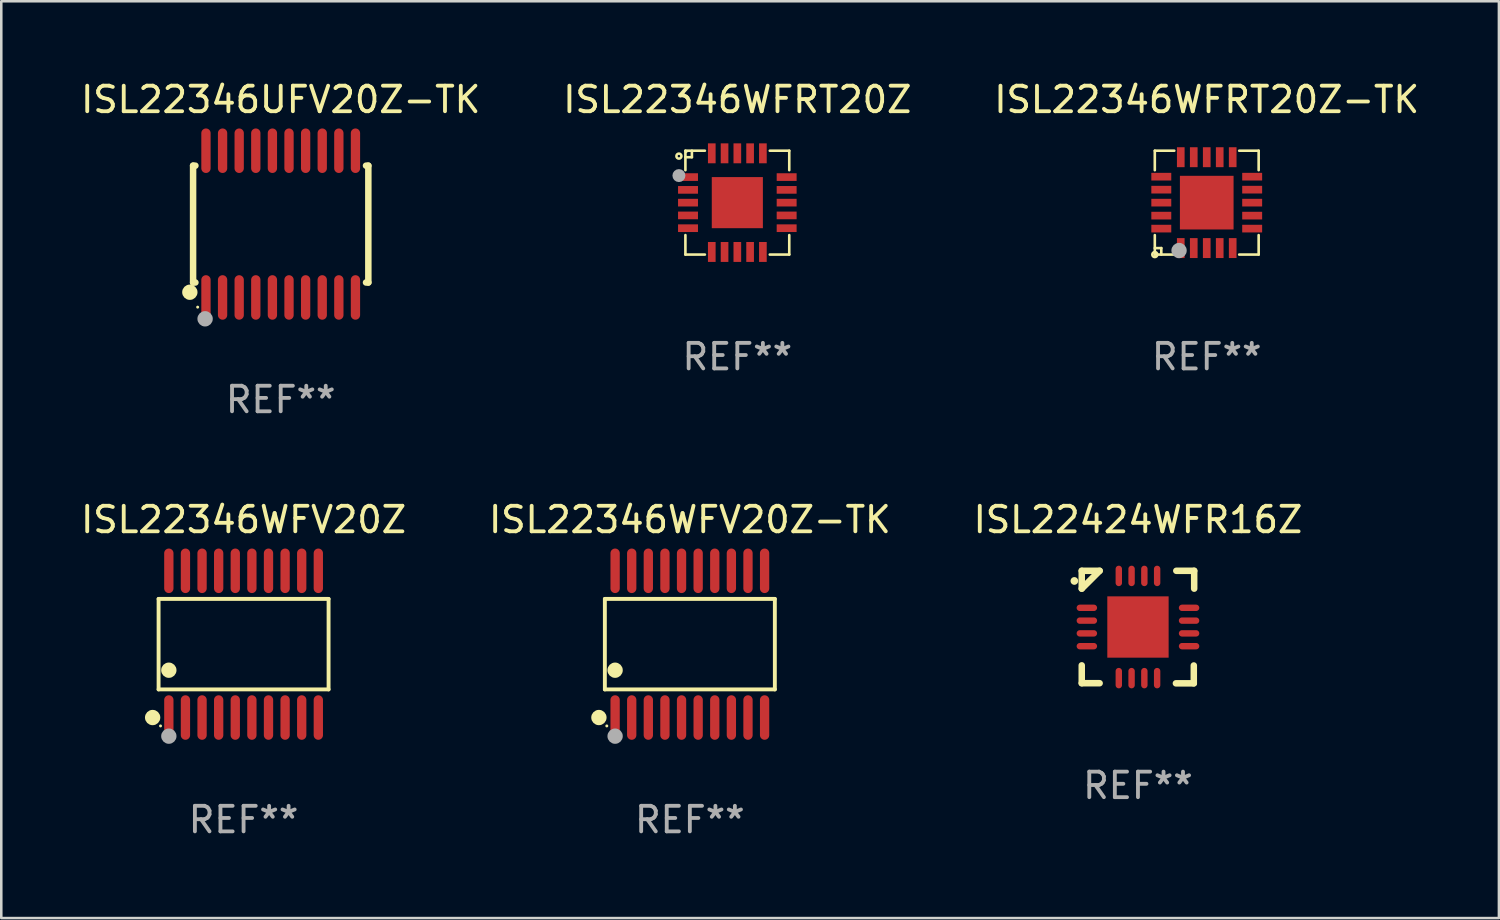
<source format=kicad_pcb>
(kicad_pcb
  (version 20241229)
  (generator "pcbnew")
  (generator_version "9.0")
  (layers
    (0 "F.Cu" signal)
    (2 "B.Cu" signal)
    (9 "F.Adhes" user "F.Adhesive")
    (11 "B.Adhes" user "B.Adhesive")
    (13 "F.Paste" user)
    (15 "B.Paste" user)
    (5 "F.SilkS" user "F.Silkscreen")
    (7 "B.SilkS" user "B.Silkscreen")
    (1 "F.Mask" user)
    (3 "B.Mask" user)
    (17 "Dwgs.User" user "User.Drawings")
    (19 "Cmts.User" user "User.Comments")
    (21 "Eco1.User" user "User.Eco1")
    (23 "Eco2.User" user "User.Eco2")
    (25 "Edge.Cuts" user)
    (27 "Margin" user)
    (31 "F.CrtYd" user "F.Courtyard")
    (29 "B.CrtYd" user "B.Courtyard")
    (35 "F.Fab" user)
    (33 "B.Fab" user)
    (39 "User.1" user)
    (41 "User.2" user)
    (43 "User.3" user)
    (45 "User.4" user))
  (footprint "ISL22346WFRT20Z"
    (layer "F.Cu")
    (at 25.804 4.88)
    (property "Reference" "ISL22346WFRT20Z" (at 0 -4.032 0) (layer "F.SilkS") (effects (font (size 1 1) (thickness 0.15))))
    (attr through_hole)
    (fp_line (start -2.032 -2.032) (end -1.27 -2.032) (stroke (width 0.102) (type solid)) (layer "F.SilkS"))
    (fp_line (start -2.032 -1.27) (end -2.032 -2.032) (stroke (width 0.102) (type solid)) (layer "F.SilkS"))
    (fp_line (start -2.032 1.27) (end -2.032 2.032) (stroke (width 0.102) (type solid)) (layer "F.SilkS"))
    (fp_line (start -2.032 2.032) (end -1.27 2.032) (stroke (width 0.102) (type solid)) (layer "F.SilkS"))
    (fp_line (start -1.778 -2.032) (end -1.778 -1.778) (stroke (width 0.102) (type solid)) (layer "F.SilkS"))
    (fp_line (start -1.778 -1.778) (end -2.032 -1.778) (stroke (width 0.102) (type solid)) (layer "F.SilkS"))
    (fp_line (start 1.27 -2.032) (end 2.032 -2.032) (stroke (width 0.102) (type solid)) (layer "F.SilkS"))
    (fp_line (start 2.032 -2.032) (end 2.032 -1.27) (stroke (width 0.102) (type solid)) (layer "F.SilkS"))
    (fp_line (start 2.032 1.27) (end 2.032 2.032) (stroke (width 0.102) (type solid)) (layer "F.SilkS"))
    (fp_line (start 2.032 2.032) (end 1.27 2.032) (stroke (width 0.102) (type solid)) (layer "F.SilkS"))
    (fp_circle (center -2.286 -1.821) (end -2.187 -1.821) (stroke (width 0.1) (type solid)) (fill no) (layer "F.SilkS"))
    (fp_circle (center -2 -2) (end -1.97 -2) (stroke (width 0.06) (type solid)) (fill no) (layer "F.SilkS"))
    (fp_circle (center -2.286 -1.059) (end -2.159 -1.059) (stroke (width 0.254) (type solid)) (fill no) (layer "F.Fab"))
    (fp_text user "REF**" (at 0 6.032 0) (layer "F.Fab") (effects (font (size 1 1) (thickness 0.15))))
    (pad "1" smd rect (at -1.93 -1) (size 0.78 0.3) (layers "F.Cu" "F.Mask" "F.Paste"))
    (pad "2" smd rect (at -1.93 -0.5) (size 0.78 0.3) (layers "F.Cu" "F.Mask" "F.Paste"))
    (pad "3" smd rect (at -1.93 0.000279) (size 0.78 0.3) (layers "F.Cu" "F.Mask" "F.Paste"))
    (pad "4" smd rect (at -1.93 0.5) (size 0.78 0.3) (layers "F.Cu" "F.Mask" "F.Paste"))
    (pad "5" smd rect (at -1.93 1) (size 0.78 0.3) (layers "F.Cu" "F.Mask" "F.Paste"))
    (pad "6" smd rect (at -1 1.93) (size 0.3 0.78) (layers "F.Cu" "F.Mask" "F.Paste"))
    (pad "7" smd rect (at -0.5 1.93) (size 0.3 0.78) (layers "F.Cu" "F.Mask" "F.Paste"))
    (pad "8" smd rect (at -0.000076 1.93) (size 0.3 0.78) (layers "F.Cu" "F.Mask" "F.Paste"))
    (pad "9" smd rect (at 0.5 1.93) (size 0.3 0.78) (layers "F.Cu" "F.Mask" "F.Paste"))
    (pad "10" smd rect (at 1 1.93) (size 0.3 0.78) (layers "F.Cu" "F.Mask" "F.Paste"))
    (pad "11" smd rect (at 1.93 1) (size 0.78 0.3) (layers "F.Cu" "F.Mask" "F.Paste"))
    (pad "12" smd rect (at 1.93 0.5) (size 0.78 0.3) (layers "F.Cu" "F.Mask" "F.Paste"))
    (pad "13" smd rect (at 1.93 0.000025) (size 0.78 0.3) (layers "F.Cu" "F.Mask" "F.Paste"))
    (pad "14" smd rect (at 1.93 -0.5) (size 0.78 0.3) (layers "F.Cu" "F.Mask" "F.Paste"))
    (pad "15" smd rect (at 1.93 -1) (size 0.78 0.3) (layers "F.Cu" "F.Mask" "F.Paste"))
    (pad "16" smd rect (at 1 -1.93) (size 0.3 0.78) (layers "F.Cu" "F.Mask" "F.Paste"))
    (pad "17" smd rect (at 0.5 -1.93) (size 0.3 0.78) (layers "F.Cu" "F.Mask" "F.Paste"))
    (pad "18" smd rect (at -0.000076 -1.93) (size 0.3 0.78) (layers "F.Cu" "F.Mask" "F.Paste"))
    (pad "19" smd rect (at -0.5 -1.93) (size 0.3 0.78) (layers "F.Cu" "F.Mask" "F.Paste"))
    (pad "20" smd rect (at -1 -1.93) (size 0.3 0.78) (layers "F.Cu" "F.Mask" "F.Paste"))
    (pad "21" smd rect (at -0.000076 0.000025) (size 2 2) (layers "F.Cu" "F.Mask" "F.Paste")))
  (footprint "ISL22424WFR16Z"
    (layer "F.Cu")
    (at 41.482 21.489)
    (property "Reference" "ISL22424WFR16Z" (at 0 -4.202 0) (layer "F.SilkS") (effects (font (size 1 1) (thickness 0.15))))
    (attr through_hole)
    (fp_line (start -2.2 -2.202) (end -1.5 -2.202) (stroke (width 0.254) (type solid)) (layer "F.SilkS"))
    (fp_line (start -2.2 -1.503) (end -2.2 -2.202) (stroke (width 0.254) (type solid)) (layer "F.SilkS"))
    (fp_line (start -2.2 1.498) (end -2.2 2.197) (stroke (width 0.254) (type solid)) (layer "F.SilkS"))
    (fp_line (start -2.2 2.197) (end -1.5 2.197) (stroke (width 0.254) (type solid)) (layer "F.SilkS"))
    (fp_line (start -1.5 -2.202) (end -2.2 -1.503) (stroke (width 0.254) (type solid)) (layer "F.SilkS"))
    (fp_line (start 1.485 2.202) (end 2.185 2.202) (stroke (width 0.254) (type solid)) (layer "F.SilkS"))
    (fp_line (start 2.185 2.202) (end 2.185 1.503) (stroke (width 0.254) (type solid)) (layer "F.SilkS"))
    (fp_line (start 2.2 -2.202) (end 1.5 -2.202) (stroke (width 0.254) (type solid)) (layer "F.SilkS"))
    (fp_line (start 2.2 -1.503) (end 2.2 -2.202) (stroke (width 0.254) (type solid)) (layer "F.SilkS"))
    (fp_arc (start -2.489205 -1.803404) (mid -2.48921 -1.804674) (end -2.489205 -1.805944) (stroke (width 0.3) (type solid)) (layer "F.SilkS"))
    (fp_text user "REF**" (at 0 6.202 0) (layer "F.Fab") (effects (font (size 1 1) (thickness 0.15))))
    (pad "1" smd oval (at -2 -0.753 270) (size 0.25 0.8) (layers "F.Cu" "F.Mask" "F.Paste"))
    (pad "2" smd oval (at -2 -0.252 270) (size 0.25 0.8) (layers "F.Cu" "F.Mask" "F.Paste"))
    (pad "3" smd oval (at -2 0.247 270) (size 0.25 0.8) (layers "F.Cu" "F.Mask" "F.Paste"))
    (pad "4" smd oval (at -2 0.748 270) (size 0.25 0.8) (layers "F.Cu" "F.Mask" "F.Paste"))
    (pad "5" smd oval (at -0.75 1.998) (size 0.25 0.8) (layers "F.Cu" "F.Mask" "F.Paste"))
    (pad "6" smd oval (at -0.25 1.998) (size 0.25 0.8) (layers "F.Cu" "F.Mask" "F.Paste"))
    (pad "7" smd oval (at 0.25 1.998) (size 0.25 0.8) (layers "F.Cu" "F.Mask" "F.Paste"))
    (pad "8" smd oval (at 0.75 1.998) (size 0.25 0.8) (layers "F.Cu" "F.Mask" "F.Paste"))
    (pad "9" smd oval (at 2 0.748 270) (size 0.25 0.8) (layers "F.Cu" "F.Mask" "F.Paste"))
    (pad "10" smd oval (at 2 0.247 270) (size 0.25 0.8) (layers "F.Cu" "F.Mask" "F.Paste"))
    (pad "11" smd oval (at 2 -0.252 270) (size 0.25 0.8) (layers "F.Cu" "F.Mask" "F.Paste"))
    (pad "12" smd oval (at 2 -0.753 270) (size 0.25 0.8) (layers "F.Cu" "F.Mask" "F.Paste"))
    (pad "13" smd oval (at 0.75 -2.002) (size 0.25 0.8) (layers "F.Cu" "F.Mask" "F.Paste"))
    (pad "14" smd oval (at 0.25 -2.002) (size 0.25 0.8) (layers "F.Cu" "F.Mask" "F.Paste"))
    (pad "15" smd oval (at -0.25 -2.002) (size 0.25 0.8) (layers "F.Cu" "F.Mask" "F.Paste"))
    (pad "16" smd oval (at -0.75 -2.002) (size 0.25 0.8) (layers "F.Cu" "F.Mask" "F.Paste"))
    (pad "17" smd rect (at -0.000025 -0.002) (size 2.4 2.4) (layers "F.Cu" "F.Mask" "F.Paste")))
  (footprint "ISL22346UFV20Z-TK"
    (layer "F.Cu")
    (at 7.935 5.719)
    (property "Reference" "ISL22346UFV20Z-TK" (at 0 -4.871 0) (layer "F.SilkS") (effects (font (size 1 1) (thickness 0.15))))
    (attr through_hole)
    (fp_line (start -3.429 -2.286) (end -3.429 2.286) (stroke (width 0.254) (type solid)) (layer "F.SilkS"))
    (fp_line (start -3.429 2.286) (end -3.338 2.286) (stroke (width 0.254) (type solid)) (layer "F.SilkS"))
    (fp_line (start -3.338 -2.286) (end -3.429 -2.286) (stroke (width 0.254) (type solid)) (layer "F.SilkS"))
    (fp_line (start 3.338 -2.286) (end 3.429 -2.286) (stroke (width 0.254) (type solid)) (layer "F.SilkS"))
    (fp_line (start 3.429 -2.286) (end 3.429 2.286) (stroke (width 0.254) (type solid)) (layer "F.SilkS"))
    (fp_line (start 3.429 2.286) (end 3.338 2.286) (stroke (width 0.254) (type solid)) (layer "F.SilkS"))
    (fp_circle (center -3.556 2.667) (end -3.406 2.667) (stroke (width 0.3) (type solid)) (fill no) (layer "F.SilkS"))
    (fp_circle (center -3.25 3.25) (end -3.22 3.25) (stroke (width 0.06) (type solid)) (fill no) (layer "F.SilkS"))
    (fp_circle (center -2.959 3.707) (end -2.808 3.707) (stroke (width 0.3) (type solid)) (fill no) (layer "F.Fab"))
    (fp_text user "REF**" (at 0 6.871 0) (layer "F.Fab") (effects (font (size 1 1) (thickness 0.15))))
    (pad "1" smd oval (at -2.925 2.871) (size 0.364 1.742) (layers "F.Cu" "F.Mask" "F.Paste"))
    (pad "2" smd oval (at -2.275 2.871) (size 0.364 1.742) (layers "F.Cu" "F.Mask" "F.Paste"))
    (pad "3" smd oval (at -1.625 2.871) (size 0.364 1.742) (layers "F.Cu" "F.Mask" "F.Paste"))
    (pad "4" smd oval (at -0.975 2.871) (size 0.364 1.742) (layers "F.Cu" "F.Mask" "F.Paste"))
    (pad "5" smd oval (at -0.325 2.871) (size 0.364 1.742) (layers "F.Cu" "F.Mask" "F.Paste"))
    (pad "6" smd oval (at 0.325 2.871) (size 0.364 1.742) (layers "F.Cu" "F.Mask" "F.Paste"))
    (pad "7" smd oval (at 0.975 2.871) (size 0.364 1.742) (layers "F.Cu" "F.Mask" "F.Paste"))
    (pad "8" smd oval (at 1.625 2.871) (size 0.364 1.742) (layers "F.Cu" "F.Mask" "F.Paste"))
    (pad "9" smd oval (at 2.275 2.871) (size 0.364 1.742) (layers "F.Cu" "F.Mask" "F.Paste"))
    (pad "10" smd oval (at 2.925 2.871) (size 0.364 1.742) (layers "F.Cu" "F.Mask" "F.Paste"))
    (pad "11" smd oval (at 2.925 -2.871) (size 0.364 1.742) (layers "F.Cu" "F.Mask" "F.Paste"))
    (pad "12" smd oval (at 2.275 -2.871) (size 0.364 1.742) (layers "F.Cu" "F.Mask" "F.Paste"))
    (pad "13" smd oval (at 1.625 -2.871) (size 0.364 1.742) (layers "F.Cu" "F.Mask" "F.Paste"))
    (pad "14" smd oval (at 0.975 -2.871) (size 0.364 1.742) (layers "F.Cu" "F.Mask" "F.Paste"))
    (pad "15" smd oval (at 0.325 -2.871) (size 0.364 1.742) (layers "F.Cu" "F.Mask" "F.Paste"))
    (pad "16" smd oval (at -0.325 -2.871) (size 0.364 1.742) (layers "F.Cu" "F.Mask" "F.Paste"))
    (pad "17" smd oval (at -0.975 -2.871) (size 0.364 1.742) (layers "F.Cu" "F.Mask" "F.Paste"))
    (pad "18" smd oval (at -1.625 -2.871) (size 0.364 1.742) (layers "F.Cu" "F.Mask" "F.Paste"))
    (pad "19" smd oval (at -2.275 -2.871) (size 0.364 1.742) (layers "F.Cu" "F.Mask" "F.Paste"))
    (pad "20" smd oval (at -2.925 -2.871) (size 0.364 1.742) (layers "F.Cu" "F.Mask" "F.Paste")))
  (footprint "ISL22346WFV20Z"
    (layer "F.Cu")
    (at 6.482 22.158)
    (property "Reference" "ISL22346WFV20Z" (at 0 -4.871 0) (layer "F.SilkS") (effects (font (size 1 1) (thickness 0.15))))
    (attr through_hole)
    (fp_line (start -3.326 -1.771) (end 3.326 -1.771) (stroke (width 0.152) (type solid)) (layer "F.SilkS"))
    (fp_line (start -3.326 1.771) (end -3.326 -1.771) (stroke (width 0.152) (type solid)) (layer "F.SilkS"))
    (fp_line (start 3.326 -1.771) (end 3.326 1.771) (stroke (width 0.152) (type solid)) (layer "F.SilkS"))
    (fp_line (start 3.326 1.771) (end -3.326 1.771) (stroke (width 0.152) (type solid)) (layer "F.SilkS"))
    (fp_circle (center -3.559 2.871) (end -3.409 2.871) (stroke (width 0.3) (type solid)) (fill no) (layer "F.SilkS"))
    (fp_circle (center -3.25 3.2) (end -3.22 3.2) (stroke (width 0.06) (type solid)) (fill no) (layer "F.SilkS"))
    (fp_circle (center -2.925 1.019) (end -2.775 1.019) (stroke (width 0.3) (type solid)) (fill no) (layer "F.SilkS"))
    (fp_circle (center -2.925 3.6) (end -2.775 3.6) (stroke (width 0.3) (type solid)) (fill no) (layer "F.Fab"))
    (fp_text user "REF**" (at 0 6.871 0) (layer "F.Fab") (effects (font (size 1 1) (thickness 0.15))))
    (pad "1" smd oval (at -2.925 2.871) (size 0.364 1.742) (layers "F.Cu" "F.Mask" "F.Paste"))
    (pad "2" smd oval (at -2.275 2.871) (size 0.364 1.742) (layers "F.Cu" "F.Mask" "F.Paste"))
    (pad "3" smd oval (at -1.625 2.871) (size 0.364 1.742) (layers "F.Cu" "F.Mask" "F.Paste"))
    (pad "4" smd oval (at -0.975 2.871) (size 0.364 1.742) (layers "F.Cu" "F.Mask" "F.Paste"))
    (pad "5" smd oval (at -0.325 2.871) (size 0.364 1.742) (layers "F.Cu" "F.Mask" "F.Paste"))
    (pad "6" smd oval (at 0.325 2.871) (size 0.364 1.742) (layers "F.Cu" "F.Mask" "F.Paste"))
    (pad "7" smd oval (at 0.975 2.871) (size 0.364 1.742) (layers "F.Cu" "F.Mask" "F.Paste"))
    (pad "8" smd oval (at 1.625 2.871) (size 0.364 1.742) (layers "F.Cu" "F.Mask" "F.Paste"))
    (pad "9" smd oval (at 2.275 2.871) (size 0.364 1.742) (layers "F.Cu" "F.Mask" "F.Paste"))
    (pad "10" smd oval (at 2.925 2.871) (size 0.364 1.742) (layers "F.Cu" "F.Mask" "F.Paste"))
    (pad "11" smd oval (at 2.925 -2.871) (size 0.364 1.742) (layers "F.Cu" "F.Mask" "F.Paste"))
    (pad "12" smd oval (at 2.275 -2.871) (size 0.364 1.742) (layers "F.Cu" "F.Mask" "F.Paste"))
    (pad "13" smd oval (at 1.625 -2.871) (size 0.364 1.742) (layers "F.Cu" "F.Mask" "F.Paste"))
    (pad "14" smd oval (at 0.975 -2.871) (size 0.364 1.742) (layers "F.Cu" "F.Mask" "F.Paste"))
    (pad "15" smd oval (at 0.325 -2.871) (size 0.364 1.742) (layers "F.Cu" "F.Mask" "F.Paste"))
    (pad "16" smd oval (at -0.325 -2.871) (size 0.364 1.742) (layers "F.Cu" "F.Mask" "F.Paste"))
    (pad "17" smd oval (at -0.975 -2.871) (size 0.364 1.742) (layers "F.Cu" "F.Mask" "F.Paste"))
    (pad "18" smd oval (at -1.625 -2.871) (size 0.364 1.742) (layers "F.Cu" "F.Mask" "F.Paste"))
    (pad "19" smd oval (at -2.275 -2.871) (size 0.364 1.742) (layers "F.Cu" "F.Mask" "F.Paste"))
    (pad "20" smd oval (at -2.925 -2.871) (size 0.364 1.742) (layers "F.Cu" "F.Mask" "F.Paste")))
  (footprint "ISL22346WFRT20Z-TK"
    (layer "F.Cu")
    (at 44.173 4.88)
    (property "Reference" "ISL22346WFRT20Z-TK" (at 0 -4.032 0) (layer "F.SilkS") (effects (font (size 1 1) (thickness 0.15))))
    (attr through_hole)
    (fp_line (start -2.032 -2.032) (end -1.27 -2.032) (stroke (width 0.102) (type solid)) (layer "F.SilkS"))
    (fp_line (start -2.032 -1.27) (end -2.032 -2.032) (stroke (width 0.102) (type solid)) (layer "F.SilkS"))
    (fp_line (start -2.032 1.778) (end -1.778 1.778) (stroke (width 0.102) (type solid)) (layer "F.SilkS"))
    (fp_line (start -2.032 2.032) (end -2.032 1.27) (stroke (width 0.102) (type solid)) (layer "F.SilkS"))
    (fp_line (start -1.778 1.778) (end -1.778 2.032) (stroke (width 0.102) (type solid)) (layer "F.SilkS"))
    (fp_line (start -1.27 2.032) (end -2.032 2.032) (stroke (width 0.102) (type solid)) (layer "F.SilkS"))
    (fp_line (start 1.27 -2.032) (end 2.032 -2.032) (stroke (width 0.102) (type solid)) (layer "F.SilkS"))
    (fp_line (start 1.27 2.032) (end 2.032 2.032) (stroke (width 0.102) (type solid)) (layer "F.SilkS"))
    (fp_line (start 2.032 -2.032) (end 2.032 -1.27) (stroke (width 0.102) (type solid)) (layer "F.SilkS"))
    (fp_line (start 2.032 2.032) (end 2.032 1.27) (stroke (width 0.102) (type solid)) (layer "F.SilkS"))
    (fp_circle (center -2.032 2.032) (end -1.933 2.032) (stroke (width 0.1) (type solid)) (fill no) (layer "F.SilkS"))
    (fp_circle (center -2.002 2) (end -1.972 2) (stroke (width 0.06) (type solid)) (fill no) (layer "F.SilkS"))
    (fp_circle (center -1.083 1.874) (end -0.933 1.874) (stroke (width 0.3) (type solid)) (fill no) (layer "F.Fab"))
    (fp_text user "REF**" (at 0 6.032 0) (layer "F.Fab") (effects (font (size 1 1) (thickness 0.15))))
    (pad "1" smd rect (at -1.016 1.778 180) (size 0.3 0.78) (layers "F.Cu" "F.Mask" "F.Paste"))
    (pad "2" smd rect (at -0.508 1.778 180) (size 0.3 0.78) (layers "F.Cu" "F.Mask" "F.Paste"))
    (pad "3" smd rect (at 0.000254 1.778 180) (size 0.3 0.78) (layers "F.Cu" "F.Mask" "F.Paste"))
    (pad "4" smd rect (at 0.508 1.778 180) (size 0.3 0.78) (layers "F.Cu" "F.Mask" "F.Paste"))
    (pad "5" smd rect (at 1.016 1.778 180) (size 0.3 0.78) (layers "F.Cu" "F.Mask" "F.Paste"))
    (pad "6" smd rect (at 1.778 1.016 270) (size 0.3 0.78) (layers "F.Cu" "F.Mask" "F.Paste"))
    (pad "7" smd rect (at 1.778 0.508 270) (size 0.3 0.78) (layers "F.Cu" "F.Mask" "F.Paste"))
    (pad "8" smd rect (at 1.778 0 270) (size 0.3 0.78) (layers "F.Cu" "F.Mask" "F.Paste"))
    (pad "9" smd rect (at 1.778 -0.508 270) (size 0.3 0.78) (layers "F.Cu" "F.Mask" "F.Paste"))
    (pad "10" smd rect (at 1.778 -1.016 270) (size 0.3 0.78) (layers "F.Cu" "F.Mask" "F.Paste"))
    (pad "11" smd rect (at 1.016 -1.778) (size 0.3 0.78) (layers "F.Cu" "F.Mask" "F.Paste"))
    (pad "12" smd rect (at 0.508 -1.778) (size 0.3 0.78) (layers "F.Cu" "F.Mask" "F.Paste"))
    (pad "13" smd rect (at 0.000254 -1.778) (size 0.3 0.78) (layers "F.Cu" "F.Mask" "F.Paste"))
    (pad "14" smd rect (at -0.508 -1.778) (size 0.3 0.78) (layers "F.Cu" "F.Mask" "F.Paste"))
    (pad "15" smd rect (at -1.016 -1.778) (size 0.3 0.78) (layers "F.Cu" "F.Mask" "F.Paste"))
    (pad "16" smd rect (at -1.778 -1.016 90) (size 0.3 0.78) (layers "F.Cu" "F.Mask" "F.Paste"))
    (pad "17" smd rect (at -1.778 -0.508 90) (size 0.3 0.78) (layers "F.Cu" "F.Mask" "F.Paste"))
    (pad "18" smd rect (at -1.778 0 90) (size 0.3 0.78) (layers "F.Cu" "F.Mask" "F.Paste"))
    (pad "19" smd rect (at -1.778 0.508 90) (size 0.3 0.78) (layers "F.Cu" "F.Mask" "F.Paste"))
    (pad "20" smd rect (at -1.778 1.016 90) (size 0.3 0.78) (layers "F.Cu" "F.Mask" "F.Paste"))
    (pad "21" smd rect (at 0 0 90) (size 2.1 2.1) (layers "F.Cu" "F.Mask" "F.Paste")))
  (footprint "ISL22346WFV20Z-TK"
    (layer "F.Cu")
    (at 23.946 22.158)
    (property "Reference" "ISL22346WFV20Z-TK" (at 0 -4.871 0) (layer "F.SilkS") (effects (font (size 1 1) (thickness 0.15))))
    (attr through_hole)
    (fp_line (start -3.326 -1.771) (end 3.326 -1.771) (stroke (width 0.152) (type solid)) (layer "F.SilkS"))
    (fp_line (start -3.326 1.771) (end -3.326 -1.771) (stroke (width 0.152) (type solid)) (layer "F.SilkS"))
    (fp_line (start 3.326 -1.771) (end 3.326 1.771) (stroke (width 0.152) (type solid)) (layer "F.SilkS"))
    (fp_line (start 3.326 1.771) (end -3.326 1.771) (stroke (width 0.152) (type solid)) (layer "F.SilkS"))
    (fp_circle (center -3.559 2.871) (end -3.409 2.871) (stroke (width 0.3) (type solid)) (fill no) (layer "F.SilkS"))
    (fp_circle (center -3.25 3.2) (end -3.22 3.2) (stroke (width 0.06) (type solid)) (fill no) (layer "F.SilkS"))
    (fp_circle (center -2.925 1.019) (end -2.775 1.019) (stroke (width 0.3) (type solid)) (fill no) (layer "F.SilkS"))
    (fp_circle (center -2.925 3.6) (end -2.775 3.6) (stroke (width 0.3) (type solid)) (fill no) (layer "F.Fab"))
    (fp_text user "REF**" (at 0 6.871 0) (layer "F.Fab") (effects (font (size 1 1) (thickness 0.15))))
    (pad "1" smd oval (at -2.925 2.871) (size 0.364 1.742) (layers "F.Cu" "F.Mask" "F.Paste"))
    (pad "2" smd oval (at -2.275 2.871) (size 0.364 1.742) (layers "F.Cu" "F.Mask" "F.Paste"))
    (pad "3" smd oval (at -1.625 2.871) (size 0.364 1.742) (layers "F.Cu" "F.Mask" "F.Paste"))
    (pad "4" smd oval (at -0.975 2.871) (size 0.364 1.742) (layers "F.Cu" "F.Mask" "F.Paste"))
    (pad "5" smd oval (at -0.325 2.871) (size 0.364 1.742) (layers "F.Cu" "F.Mask" "F.Paste"))
    (pad "6" smd oval (at 0.325 2.871) (size 0.364 1.742) (layers "F.Cu" "F.Mask" "F.Paste"))
    (pad "7" smd oval (at 0.975 2.871) (size 0.364 1.742) (layers "F.Cu" "F.Mask" "F.Paste"))
    (pad "8" smd oval (at 1.625 2.871) (size 0.364 1.742) (layers "F.Cu" "F.Mask" "F.Paste"))
    (pad "9" smd oval (at 2.275 2.871) (size 0.364 1.742) (layers "F.Cu" "F.Mask" "F.Paste"))
    (pad "10" smd oval (at 2.925 2.871) (size 0.364 1.742) (layers "F.Cu" "F.Mask" "F.Paste"))
    (pad "11" smd oval (at 2.925 -2.871) (size 0.364 1.742) (layers "F.Cu" "F.Mask" "F.Paste"))
    (pad "12" smd oval (at 2.275 -2.871) (size 0.364 1.742) (layers "F.Cu" "F.Mask" "F.Paste"))
    (pad "13" smd oval (at 1.625 -2.871) (size 0.364 1.742) (layers "F.Cu" "F.Mask" "F.Paste"))
    (pad "14" smd oval (at 0.975 -2.871) (size 0.364 1.742) (layers "F.Cu" "F.Mask" "F.Paste"))
    (pad "15" smd oval (at 0.325 -2.871) (size 0.364 1.742) (layers "F.Cu" "F.Mask" "F.Paste"))
    (pad "16" smd oval (at -0.325 -2.871) (size 0.364 1.742) (layers "F.Cu" "F.Mask" "F.Paste"))
    (pad "17" smd oval (at -0.975 -2.871) (size 0.364 1.742) (layers "F.Cu" "F.Mask" "F.Paste"))
    (pad "18" smd oval (at -1.625 -2.871) (size 0.364 1.742) (layers "F.Cu" "F.Mask" "F.Paste"))
    (pad "19" smd oval (at -2.275 -2.871) (size 0.364 1.742) (layers "F.Cu" "F.Mask" "F.Paste"))
    (pad "20" smd oval (at -2.925 -2.871) (size 0.364 1.742) (layers "F.Cu" "F.Mask" "F.Paste")))
  (gr_rect
    (start -3 -3)
    (end 55.607 32.877)
    (stroke (width 0.1) (type default))
    (fill no)
    (layer "Edge.Cuts")))
</source>
